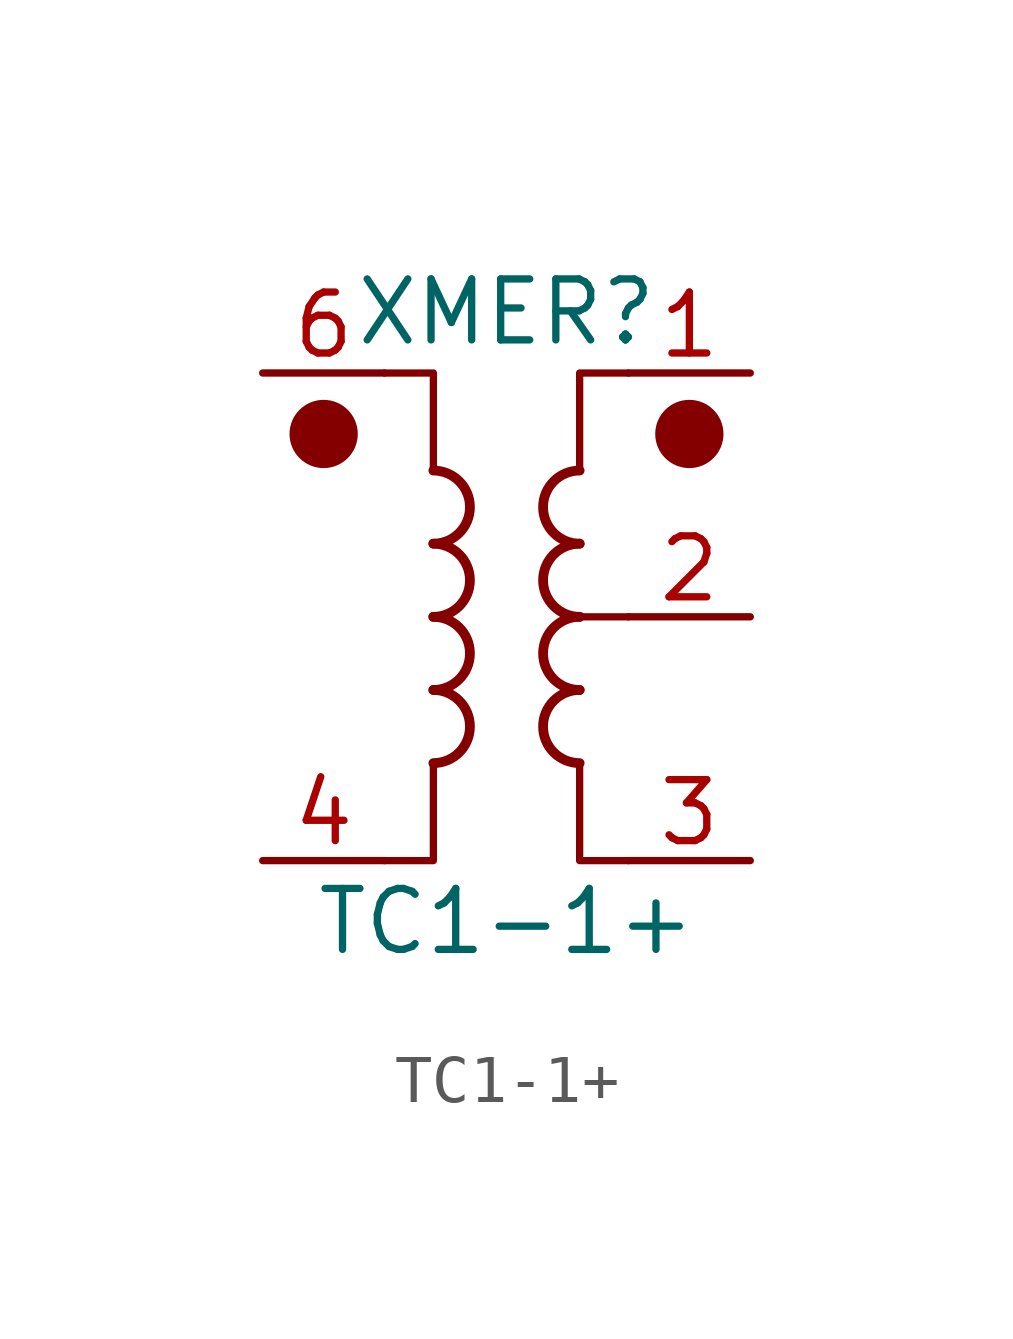
<source format=kicad_sym>
(kicad_symbol_lib
  (version 20231120)
  (generator "kicad_symbol_editor")
  (generator_version "8.0")
  (symbol "TC1-1+"
    (pin_names hide)
    (property "Reference" "XMER"
      (at 0 6.35 0)
      (effects (font (size 1.27 1.27))))
    (property "Value" "TC1-1+"
      (at 0 -6.35 0)
      (effects (font (size 1.27 1.27))))
    (symbol "TC1-1+_0_1"
      (circle (center -3.81 3.81) (radius 0.635) (stroke (width 0) (type default)) (fill (type outline)))
      (arc (start -1.524 -3.048) (mid -0.7653 -2.286) (end -1.524 -1.524) (stroke (width 0.2032) (type default)) (fill (type none)))
      (arc (start -1.524 -1.524) (mid -0.7653 -0.762) (end -1.524 0) (stroke (width 0.2032) (type default)) (fill (type none)))
      (arc (start -1.524 0) (mid -0.7653 0.762) (end -1.524 1.524) (stroke (width 0.2032) (type default)) (fill (type none)))
      (arc (start -1.524 1.524) (mid -0.7653 2.286) (end -1.524 3.048) (stroke (width 0.2032) (type default)) (fill (type none)))
      (polyline (pts (xy 2.54 0) (xy 1.27 0)) (stroke (width 0.152) (type default)) (fill (type none)))
      (polyline (pts (xy -2.54 5.08) (xy -1.524 5.08) (xy -1.524 3.048)) (stroke (width 0.152) (type default)) (fill (type none)))
      (polyline (pts (xy -1.524 -3.048) (xy -1.524 -5.08) (xy -2.54 -5.08)) (stroke (width 0.152) (type default)) (fill (type none)))
      (polyline (pts (xy 1.524 3.048) (xy 1.524 5.08) (xy 2.54 5.08)) (stroke (width 0.152) (type default)) (fill (type none)))
      (polyline (pts (xy 2.54 -5.08) (xy 1.524 -5.08) (xy 1.524 -3.048)) (stroke (width 0.152) (type default)) (fill (type none)))
      (arc (start 1.524 -1.524) (mid 0.7653 -2.286) (end 1.524 -3.048) (stroke (width 0.2032) (type default)) (fill (type none)))
      (arc (start 1.524 0) (mid 0.7653 -0.762) (end 1.524 -1.524) (stroke (width 0.2032) (type default)) (fill (type none)))
      (arc (start 1.524 1.524) (mid 0.7653 0.762) (end 1.524 0) (stroke (width 0.2032) (type default)) (fill (type none)))
      (arc (start 1.524 3.048) (mid 0.7653 2.286) (end 1.524 1.524) (stroke (width 0.2032) (type default)) (fill (type none)))
      (circle (center 3.81 3.81) (radius 0.635) (stroke (width 0) (type default)) (fill (type outline))))
    (symbol "TC1-1+_1_1"
      (pin passive line (at 5.08 5.08 180) (length 2.54) (name "~" (effects (font (size 1.27 1.27)))) (number "1" (effects (font (size 1.27 1.27)))))
      (pin passive line (at 5.08 0 180) (length 2.54) (name "~" (effects (font (size 1.27 1.27)))) (number "2" (effects (font (size 1.27 1.27)))))
      (pin passive line (at 5.08 -5.08 180) (length 2.54) (name "~" (effects (font (size 1.27 1.27)))) (number "3" (effects (font (size 1.27 1.27)))))
      (pin passive line (at -5.08 -5.08 0) (length 2.54) (name "~" (effects (font (size 1.27 1.27)))) (number "4" (effects (font (size 1.27 1.27)))))
      (pin no_connect line (at -2.54 0 0) (length 2.54) hide (name "~" (effects (font (size 1.27 1.27)))) (number "5" (effects (font (size 1.27 1.27)))))
      (pin passive line (at -5.08 5.08 0) (length 2.54) (name "~" (effects (font (size 1.27 1.27)))) (number "6" (effects (font (size 1.27 1.27))))))))
</source>
